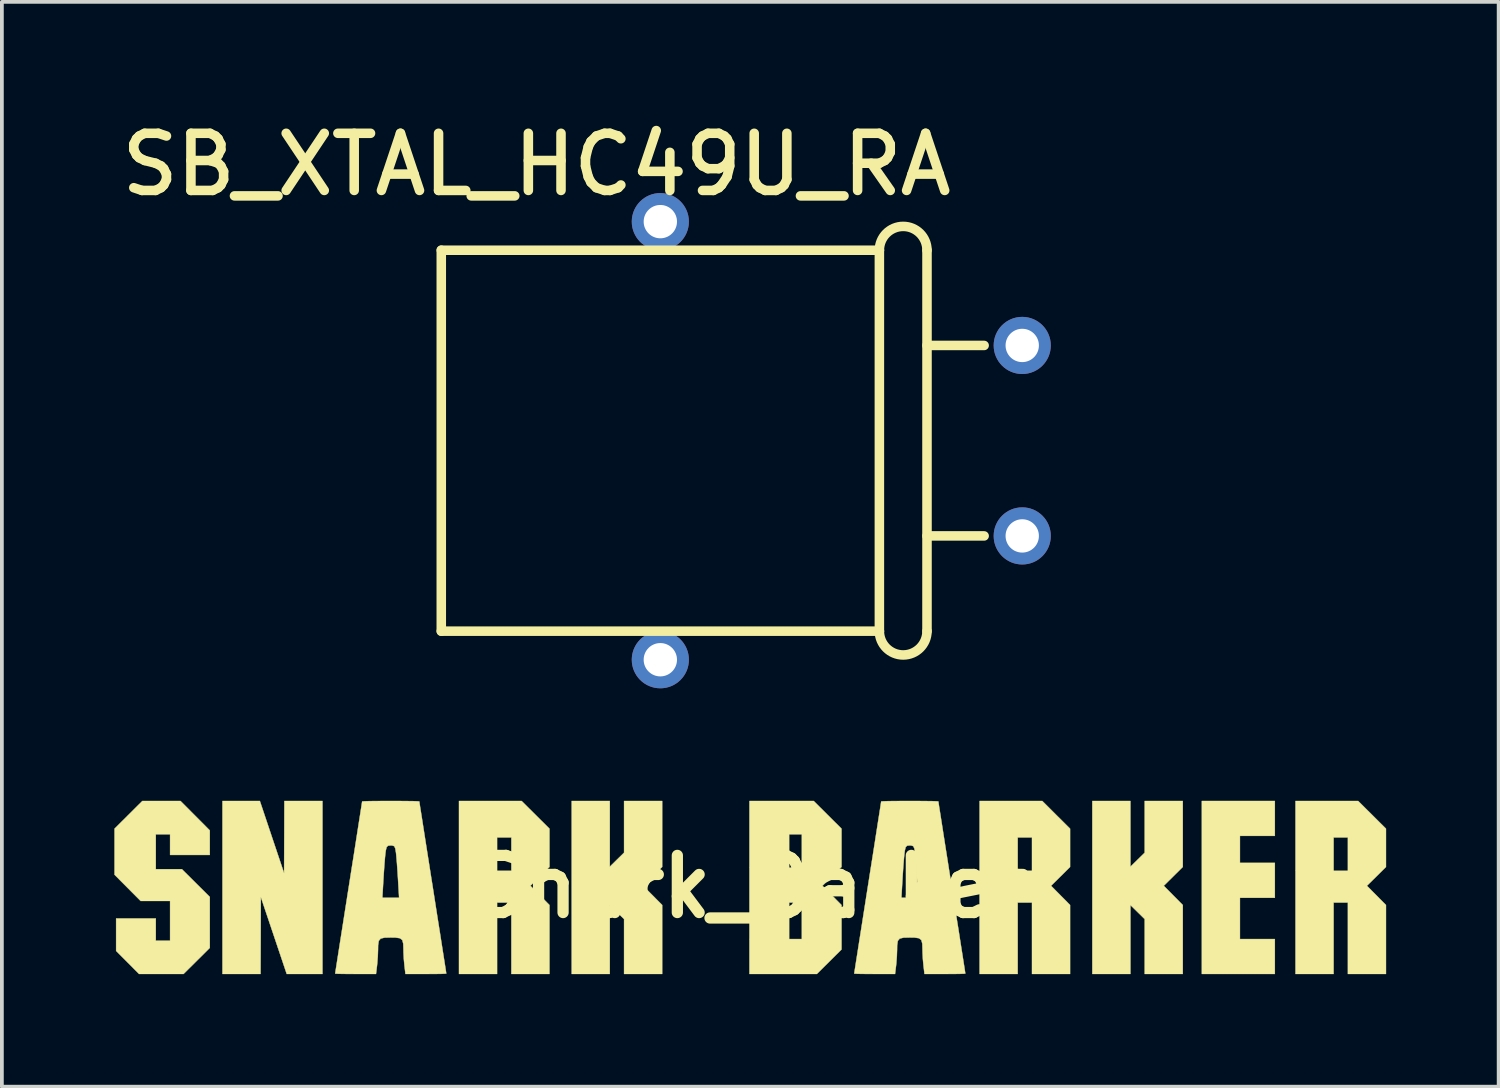
<source format=kicad_pcb>
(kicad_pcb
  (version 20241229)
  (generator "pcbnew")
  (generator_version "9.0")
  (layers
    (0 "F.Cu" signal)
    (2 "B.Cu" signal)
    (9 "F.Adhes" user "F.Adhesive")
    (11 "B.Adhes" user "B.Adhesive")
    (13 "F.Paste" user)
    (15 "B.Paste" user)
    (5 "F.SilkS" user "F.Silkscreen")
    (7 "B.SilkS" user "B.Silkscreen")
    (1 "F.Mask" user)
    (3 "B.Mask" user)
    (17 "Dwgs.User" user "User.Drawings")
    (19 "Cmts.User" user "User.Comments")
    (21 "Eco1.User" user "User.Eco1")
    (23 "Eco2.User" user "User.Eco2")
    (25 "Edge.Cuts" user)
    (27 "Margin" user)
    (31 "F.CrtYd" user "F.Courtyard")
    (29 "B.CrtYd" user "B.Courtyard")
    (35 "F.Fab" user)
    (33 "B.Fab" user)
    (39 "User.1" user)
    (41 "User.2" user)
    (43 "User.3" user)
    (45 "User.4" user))
  (footprint "Snark_Barker"
    (layer "F.Cu")
    (at 16.938 20.598)
    (property "Reference" "Snark_Barker" (at 0 0 0) (layer "F.SilkS") (effects (font (size 1.524 1.524) (thickness 0.3))))
    (attr through_hole)
    (fp_poly (pts (xy 14.012 -1.355) (xy 13.081 -1.355) (xy 13.081 -0.635) (xy 14.012 -0.635) (xy 14.012 0.296) (xy 13.081 0.296) (xy 13.081 1.397) (xy 14.012 1.397) (xy 14.012 2.328) (xy 12.065 2.328) (xy 12.065 -2.286) (xy 14.012 -2.286) (xy 14.012 -1.355)) (stroke (width 0.01) (type solid)) (fill yes) (layer "F.SilkS"))
    (fp_poly (pts (xy -12.735 -1.323) (xy -12.411 -0.36) (xy -12.407 -1.323) (xy -12.404 -2.286) (xy -11.388 -2.286) (xy -11.388 2.328) (xy -12.341 2.328) (xy -13.032 0.275) (xy -13.035 1.302) (xy -13.039 2.328) (xy -14.055 2.328) (xy -14.055 -2.286) (xy -13.058 -2.286) (xy -12.735 -1.323)) (stroke (width 0.01) (type solid)) (fill yes) (layer "F.SilkS"))
    (fp_poly (pts (xy -3.725 -0.533) (xy -3.535 -0.72) (xy -3.344 -0.907) (xy -3.344 -2.286) (xy -2.328 -2.286) (xy -2.328 -0.527) (xy -2.582 -0.275) (xy -2.837 -0.024) (xy -2.328 0.489) (xy -2.328 2.328) (xy -3.344 2.328) (xy -3.344 0.864) (xy -3.535 0.677) (xy -3.725 0.49) (xy -3.725 2.328) (xy -4.741 2.328) (xy -4.741 -2.286) (xy -3.725 -2.286) (xy -3.725 -0.533)) (stroke (width 0.01) (type solid)) (fill yes) (layer "F.SilkS"))
    (fp_poly (pts (xy 10.16 -0.533) (xy 10.351 -0.72) (xy 10.541 -0.907) (xy 10.541 -2.286) (xy 11.557 -2.286) (xy 11.557 -0.527) (xy 11.303 -0.275) (xy 11.049 -0.024) (xy 11.557 0.489) (xy 11.557 2.328) (xy 10.541 2.328) (xy 10.541 0.864) (xy 10.351 0.677) (xy 10.16 0.49) (xy 10.16 2.328) (xy 9.144 2.328) (xy 9.144 -2.286) (xy 10.16 -2.286) (xy 10.16 -0.533)) (stroke (width 0.01) (type solid)) (fill yes) (layer "F.SilkS"))
    (fp_poly (pts (xy -5.334 -1.547) (xy -5.334 -0.527) (xy -5.588 -0.275) (xy -5.842 -0.024) (xy -5.334 0.489) (xy -5.334 2.328) (xy -6.35 2.328) (xy -6.35 0.423) (xy -6.731 0.423) (xy -6.731 2.328) (xy -7.747 2.328) (xy -7.747 -1.312) (xy -6.731 -1.312) (xy -6.731 -0.423) (xy -6.35 -0.423) (xy -6.35 -1.312) (xy -6.731 -1.312) (xy -7.747 -1.312) (xy -7.747 -2.286) (xy -6.077 -2.286) (xy -5.334 -1.547)) (stroke (width 0.01) (type solid)) (fill yes) (layer "F.SilkS"))
    (fp_poly (pts (xy 16.976 -1.547) (xy 16.976 -0.527) (xy 16.722 -0.275) (xy 16.467 -0.024) (xy 16.976 0.489) (xy 16.976 2.328) (xy 15.96 2.328) (xy 15.96 0.423) (xy 15.579 0.423) (xy 15.579 2.328) (xy 14.563 2.328) (xy 14.563 -1.312) (xy 15.579 -1.312) (xy 15.579 -0.423) (xy 15.96 -0.423) (xy 15.96 -1.312) (xy 15.579 -1.312) (xy 14.563 -1.312) (xy 14.563 -2.286) (xy 16.233 -2.286) (xy 16.976 -1.547)) (stroke (width 0.01) (type solid)) (fill yes) (layer "F.SilkS"))
    (fp_poly (pts (xy 8.18 -1.916) (xy 8.551 -1.547) (xy 8.551 -0.527) (xy 8.297 -0.275) (xy 8.043 -0.024) (xy 8.297 0.233) (xy 8.551 0.489) (xy 8.551 2.328) (xy 7.535 2.328) (xy 7.535 0.423) (xy 7.154 0.423) (xy 7.154 2.328) (xy 6.138 2.328) (xy 6.138 -1.312) (xy 7.154 -1.312) (xy 7.154 -0.423) (xy 7.535 -0.423) (xy 7.535 -1.312) (xy 7.154 -1.312) (xy 6.138 -1.312) (xy 6.138 -2.286) (xy 7.809 -2.286) (xy 8.18 -1.916)) (stroke (width 0.01) (type solid)) (fill yes) (layer "F.SilkS"))
    (fp_poly (pts (xy -14.784 -1.894) (xy -14.393 -1.501) (xy -14.393 -0.847) (xy -15.452 -0.847) (xy -15.452 -1.397) (xy -15.833 -1.397) (xy -15.833 -0.466) (xy -15.136 -0.466) (xy -14.393 0.273) (xy -14.393 1.632) (xy -14.743 1.98) (xy -15.094 2.328) (xy -16.279 2.328) (xy -16.585 2.02) (xy -16.891 1.713) (xy -16.891 0.847) (xy -15.833 0.847) (xy -15.833 1.439) (xy -15.452 1.439) (xy -15.452 0.381) (xy -16.237 0.381) (xy -16.585 0.031) (xy -16.933 -0.319) (xy -16.933 -1.547) (xy -16.191 -2.286) (xy -15.175 -2.286) (xy -14.784 -1.894)) (stroke (width 0.01) (type solid)) (fill yes) (layer "F.SilkS"))
    (fp_poly (pts (xy 2.084 -1.916) (xy 2.455 -1.547) (xy 2.455 -0.527) (xy 2.201 -0.275) (xy 1.947 -0.024) (xy 2.201 0.233) (xy 2.455 0.489) (xy 2.455 1.674) (xy 1.797 2.328) (xy 0 2.328) (xy 0 0.423) (xy 1.058 0.423) (xy 1.058 1.397) (xy 1.397 1.397) (xy 1.397 0.423) (xy 1.058 0.423) (xy 0 0.423) (xy 0 -1.397) (xy 1.058 -1.397) (xy 1.058 -0.508) (xy 1.397 -0.508) (xy 1.397 -1.397) (xy 1.058 -1.397) (xy 0 -1.397) (xy 0 -2.286) (xy 1.713 -2.286) (xy 2.084 -1.916)) (stroke (width 0.01) (type solid)) (fill yes) (layer "F.SilkS"))
    (fp_poly (pts (xy -9.324 -2.285) (xy -9.113 -2.283) (xy -8.947 -2.281) (xy -8.84 -2.277) (xy -8.805 -2.273) (xy -8.799 -2.23) (xy -8.781 -2.111) (xy -8.751 -1.924) (xy -8.712 -1.675) (xy -8.665 -1.374) (xy -8.611 -1.028) (xy -8.55 -0.643) (xy -8.485 -0.228) (xy -8.445 0.022) (xy -8.378 0.451) (xy -8.315 0.854) (xy -8.256 1.223) (xy -8.205 1.552) (xy -8.161 1.831) (xy -8.126 2.054) (xy -8.101 2.214) (xy -8.088 2.302) (xy -8.086 2.317) (xy -8.125 2.321) (xy -8.234 2.325) (xy -8.396 2.327) (xy -8.594 2.328) (xy -8.63 2.328) (xy -9.175 2.328) (xy -9.201 2.106) (xy -9.218 1.929) (xy -9.227 1.746) (xy -9.228 1.686) (xy -9.233 1.522) (xy -9.259 1.423) (xy -9.322 1.374) (xy -9.44 1.357) (xy -9.567 1.355) (xy -9.735 1.359) (xy -9.836 1.384) (xy -9.887 1.446) (xy -9.904 1.562) (xy -9.906 1.686) (xy -9.912 1.853) (xy -9.926 2.04) (xy -9.933 2.106) (xy -9.96 2.328) (xy -10.505 2.328) (xy -10.708 2.327) (xy -10.877 2.325) (xy -10.996 2.322) (xy -11.048 2.317) (xy -11.049 2.317) (xy -11.043 2.274) (xy -11.024 2.155) (xy -10.995 1.968) (xy -10.956 1.72) (xy -10.909 1.419) (xy -10.854 1.072) (xy -10.794 0.688) (xy -10.732 0.296) (xy -9.791 0.296) (xy -9.344 0.296) (xy -9.373 -0.201) (xy -9.387 -0.421) (xy -9.402 -0.631) (xy -9.417 -0.805) (xy -9.426 -0.9) (xy -9.446 -1.021) (xy -9.475 -1.081) (xy -9.529 -1.099) (xy -9.567 -1.101) (xy -9.639 -1.093) (xy -9.677 -1.055) (xy -9.699 -0.965) (xy -9.708 -0.9) (xy -9.721 -0.774) (xy -9.736 -0.592) (xy -9.751 -0.377) (xy -9.762 -0.201) (xy -9.791 0.296) (xy -10.732 0.296) (xy -10.729 0.273) (xy -10.689 0.022) (xy -10.622 -0.406) (xy -10.558 -0.809) (xy -10.5 -1.179) (xy -10.449 -1.507) (xy -10.405 -1.787) (xy -10.37 -2.01) (xy -10.345 -2.17) (xy -10.332 -2.258) (xy -10.329 -2.273) (xy -10.289 -2.277) (xy -10.178 -2.281) (xy -10.008 -2.284) (xy -9.794 -2.285) (xy -9.567 -2.286) (xy -9.324 -2.285)) (stroke (width 0.01) (type solid)) (fill yes) (layer "F.SilkS"))
    (fp_poly (pts (xy 4.519 -2.285) (xy 4.73 -2.283) (xy 4.896 -2.281) (xy 5.003 -2.277) (xy 5.038 -2.273) (xy 5.044 -2.23) (xy 5.062 -2.111) (xy 5.092 -1.924) (xy 5.131 -1.675) (xy 5.178 -1.374) (xy 5.232 -1.028) (xy 5.293 -0.643) (xy 5.358 -0.228) (xy 5.397 0.022) (xy 5.465 0.451) (xy 5.528 0.854) (xy 5.587 1.223) (xy 5.638 1.552) (xy 5.682 1.831) (xy 5.717 2.054) (xy 5.742 2.214) (xy 5.755 2.302) (xy 5.757 2.317) (xy 5.718 2.321) (xy 5.609 2.325) (xy 5.447 2.327) (xy 5.249 2.328) (xy 5.213 2.328) (xy 4.668 2.328) (xy 4.642 2.106) (xy 4.625 1.929) (xy 4.616 1.746) (xy 4.615 1.686) (xy 4.61 1.522) (xy 4.584 1.423) (xy 4.521 1.374) (xy 4.403 1.357) (xy 4.276 1.355) (xy 4.108 1.359) (xy 4.007 1.384) (xy 3.956 1.446) (xy 3.939 1.562) (xy 3.937 1.686) (xy 3.931 1.853) (xy 3.917 2.04) (xy 3.91 2.106) (xy 3.883 2.328) (xy 3.338 2.328) (xy 3.135 2.327) (xy 2.966 2.325) (xy 2.847 2.322) (xy 2.795 2.317) (xy 2.794 2.317) (xy 2.8 2.274) (xy 2.819 2.155) (xy 2.848 1.968) (xy 2.887 1.72) (xy 2.934 1.419) (xy 2.989 1.072) (xy 3.049 0.688) (xy 3.111 0.296) (xy 4.052 0.296) (xy 4.499 0.296) (xy 4.47 -0.201) (xy 4.456 -0.421) (xy 4.441 -0.631) (xy 4.426 -0.805) (xy 4.417 -0.9) (xy 4.397 -1.021) (xy 4.368 -1.081) (xy 4.314 -1.099) (xy 4.276 -1.101) (xy 4.204 -1.093) (xy 4.166 -1.055) (xy 4.144 -0.965) (xy 4.135 -0.9) (xy 4.122 -0.774) (xy 4.107 -0.592) (xy 4.092 -0.377) (xy 4.081 -0.201) (xy 4.052 0.296) (xy 3.111 0.296) (xy 3.114 0.273) (xy 3.154 0.022) (xy 3.221 -0.406) (xy 3.285 -0.809) (xy 3.343 -1.179) (xy 3.394 -1.507) (xy 3.438 -1.787) (xy 3.473 -2.01) (xy 3.498 -2.17) (xy 3.511 -2.258) (xy 3.514 -2.273) (xy 3.554 -2.277) (xy 3.665 -2.281) (xy 3.835 -2.284) (xy 4.049 -2.285) (xy 4.276 -2.286) (xy 4.519 -2.285)) (stroke (width 0.01) (type solid)) (fill yes) (layer "F.SilkS")))
  (footprint "SB_XTAL_HC49U_RA"
    (layer "F.Cu")
    (at 24.213 11.243)
    (property "Reference" "SB_XTAL_HC49U_RA" (at -12.954 -9.906 0) (layer "F.SilkS") (effects (font (size 1.524 1.524) (thickness 0.254))))
    (attr through_hole)
    (fp_line (start -15.494 -7.62) (end -15.494 2.54) (stroke (width 0.254) (type solid)) (layer "F.SilkS"))
    (fp_line (start -15.494 2.54) (end -3.81 2.54) (stroke (width 0.254) (type solid)) (layer "F.SilkS"))
    (fp_line (start -3.81 -7.62) (end -15.494 -7.62) (stroke (width 0.254) (type solid)) (layer "F.SilkS"))
    (fp_line (start -3.81 -7.62) (end -3.81 2.54) (stroke (width 0.254) (type solid)) (layer "F.SilkS"))
    (fp_line (start -2.54 -7.62) (end -2.54 2.54) (stroke (width 0.254) (type solid)) (layer "F.SilkS"))
    (fp_line (start -1.016 -5.08) (end -2.54 -5.08) (stroke (width 0.254) (type solid)) (layer "F.SilkS"))
    (fp_line (start -1.016 0) (end -2.54 0) (stroke (width 0.254) (type solid)) (layer "F.SilkS"))
    (fp_arc (start -3.81 -7.62) (mid -3.175 -8.255) (end -2.54 -7.62) (stroke (width 0.254) (type solid)) (layer "F.SilkS"))
    (fp_arc (start -2.54 2.54) (mid -3.175 3.175) (end -3.81 2.54) (stroke (width 0.254) (type solid)) (layer "F.SilkS"))
    (pad "1" thru_hole circle (at 0 0 270) (size 1.524 1.524) (drill 0.889) (layers "*.Cu" "*.Mask"))
    (pad "2" thru_hole circle (at -9.652 3.302 270) (size 1.524 1.524) (drill 0.889) (layers "*.Cu" "*.Mask"))
    (pad "3" thru_hole circle (at 0 -5.08 270) (size 1.524 1.524) (drill 0.889) (layers "*.Cu" "*.Mask"))
    (pad "4" thru_hole circle (at -9.652 -8.382 270) (size 1.524 1.524) (drill 0.889) (layers "*.Cu" "*.Mask")))
  (gr_rect
    (start -3 -3)
    (end 36.919 25.932)
    (stroke (width 0.1) (type default))
    (fill no)
    (layer "Edge.Cuts")))
</source>
